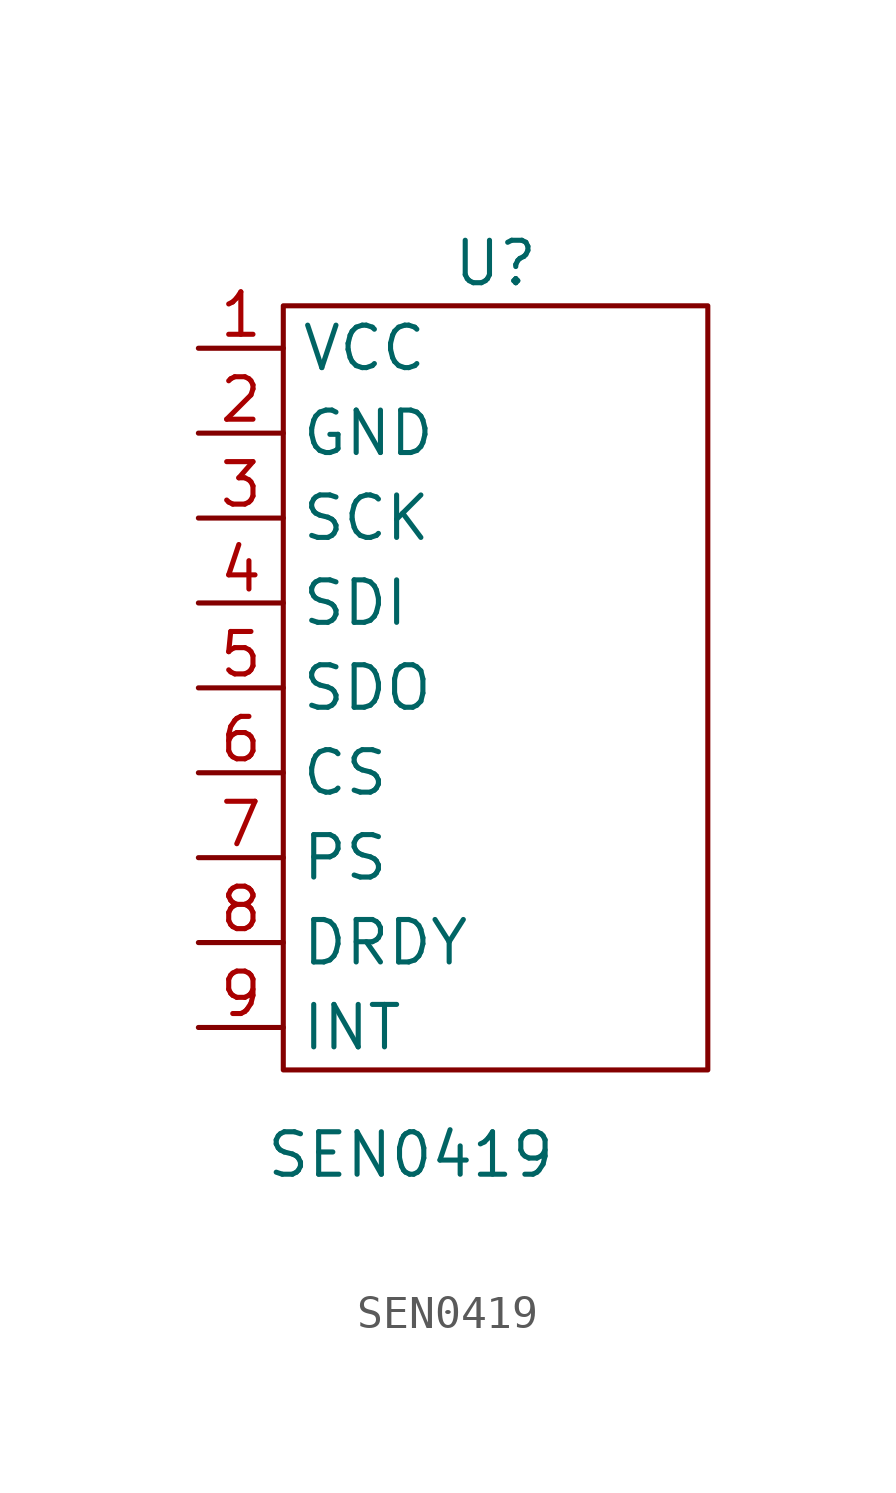
<source format=kicad_sym>
(kicad_symbol_lib
  (version 20201005)
  (generator kicad_symbol_editor)
  (symbol "SEN0419:SEN0419"
    (property "Reference" "U"
      (at 6.35 24.13 0)
      (effects (font (size 1.27 1.27))))
    (property "Value" "SEN0419"
      (at 3.81 -2.54 0)
      (effects (font (size 1.27 1.27))))
    (symbol "SEN0419_0_1"
      (rectangle (start 0 22.86) (end 12.7 0) (stroke (width 0.152)) (fill (type none))))
    (symbol "SEN0419_1_1"
      (pin power_in line (at -2.54 21.59 0) (length 2.54) (name "VCC" (effects (font (size 1.27 1.27)))) (number "1" (effects (font (size 1.27 1.27)))))
      (pin power_out line (at -2.54 19.05 0) (length 2.54) (name "GND" (effects (font (size 1.27 1.27)))) (number "2" (effects (font (size 1.27 1.27)))))
      (pin bidirectional line (at -2.54 16.51 0) (length 2.54) (name "SCK" (effects (font (size 1.27 1.27)))) (number "3" (effects (font (size 1.27 1.27)))))
      (pin bidirectional line (at -2.54 13.97 0) (length 2.54) (name "SDI" (effects (font (size 1.27 1.27)))) (number "4" (effects (font (size 1.27 1.27)))))
      (pin bidirectional line (at -2.54 11.43 0) (length 2.54) (name "SDO" (effects (font (size 1.27 1.27)))) (number "5" (effects (font (size 1.27 1.27)))))
      (pin bidirectional line (at -2.54 8.89 0) (length 2.54) (name "CS" (effects (font (size 1.27 1.27)))) (number "6" (effects (font (size 1.27 1.27)))))
      (pin bidirectional line (at -2.54 6.35 0) (length 2.54) (name "PS" (effects (font (size 1.27 1.27)))) (number "7" (effects (font (size 1.27 1.27)))))
      (pin bidirectional line (at -2.54 3.81 0) (length 2.54) (name "DRDY" (effects (font (size 1.27 1.27)))) (number "8" (effects (font (size 1.27 1.27)))))
      (pin bidirectional line (at -2.54 1.27 0) (length 2.54) (name "INT" (effects (font (size 1.27 1.27)))) (number "9" (effects (font (size 1.27 1.27))))))))
</source>
